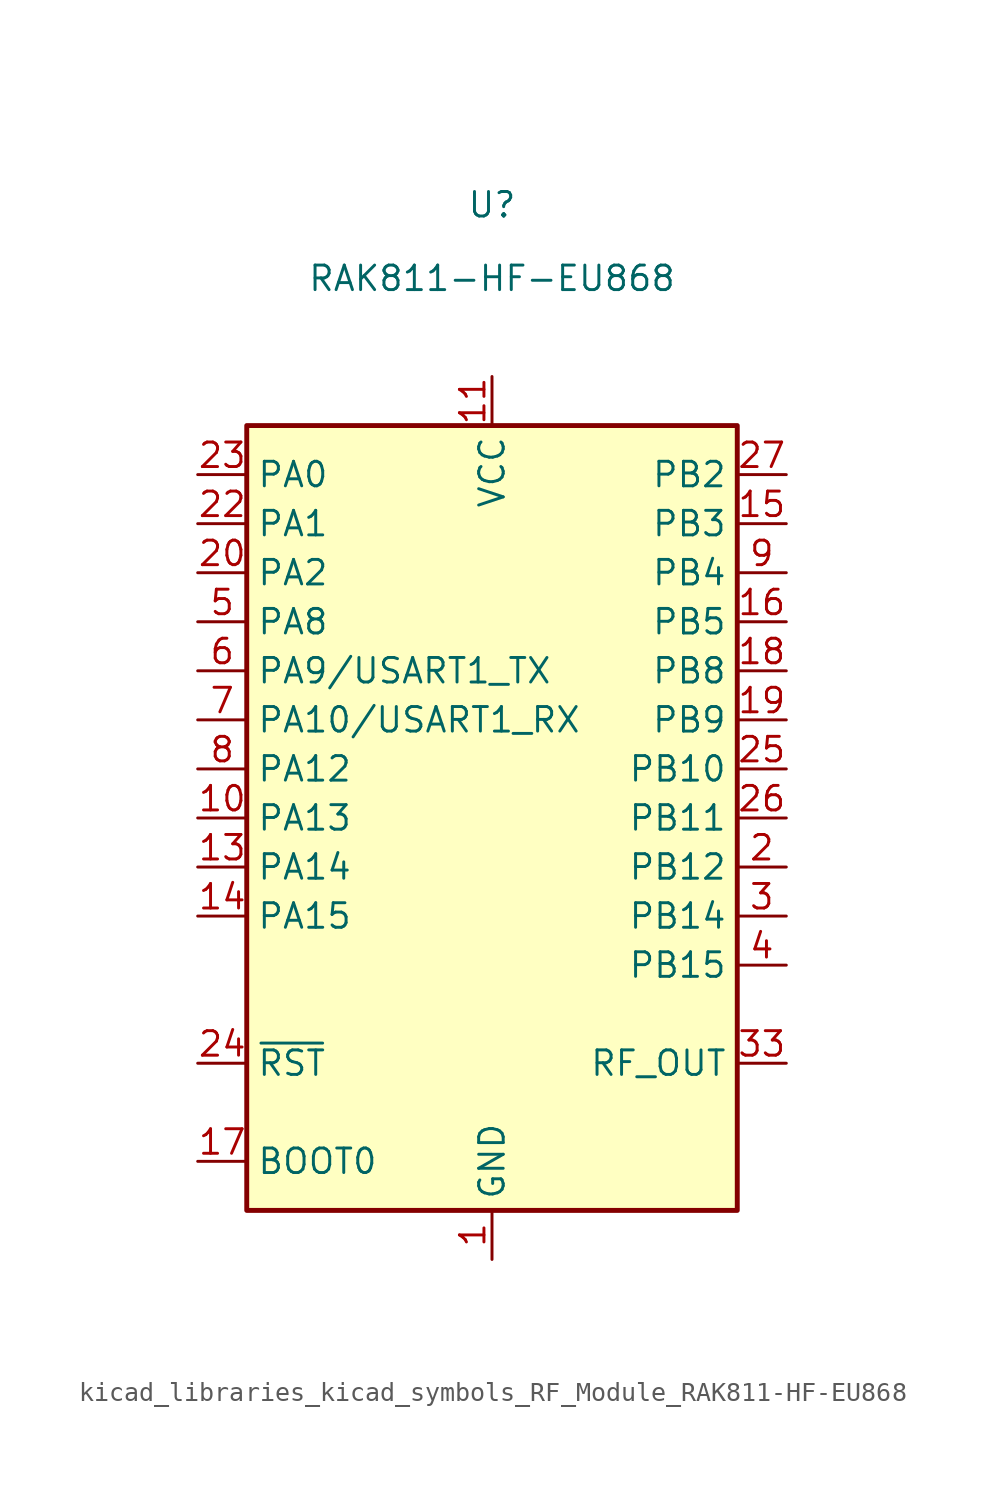
<source format=kicad_sym>
(kicad_symbol_lib
  (version 20220914)
  (generator kicad_symbol_editor)
  (symbol "kicad_libraries_kicad_symbols_RF_Module_RAK811-HF-EU868"
    (property "Reference" "U"
      (at 0 31.75 0)
      (effects (font (size 1.27 1.27))))
    (property "Value" "RAK811-HF-EU868"
      (at 0 27.94 0)
      (effects (font (size 1.27 1.27))))
    (symbol "kicad_libraries_kicad_symbols_RF_Module_RAK811-HF-EU868_0_0"
      (pin power_in line (at 0 -22.86 90) (length 2.54) (name "GND" (effects (font (size 1.27 1.27)))) (number "1" (effects (font (size 1.27 1.27)))))
      (pin bidirectional line (at -15.24 0 0) (length 2.54) (name "PA13" (effects (font (size 1.27 1.27)))) (number "10" (effects (font (size 1.27 1.27)))))
      (pin power_in line (at 0 22.86 270) (length 2.54) (name "VCC" (effects (font (size 1.27 1.27)))) (number "11" (effects (font (size 1.27 1.27)))))
      (pin passive line (at 0 -22.86 90) (length 2.54) hide (name "GND" (effects (font (size 1.27 1.27)))) (number "12" (effects (font (size 1.27 1.27)))))
      (pin bidirectional line (at -15.24 -2.54 0) (length 2.54) (name "PA14" (effects (font (size 1.27 1.27)))) (number "13" (effects (font (size 1.27 1.27)))))
      (pin bidirectional line (at -15.24 -5.08 0) (length 2.54) (name "PA15" (effects (font (size 1.27 1.27)))) (number "14" (effects (font (size 1.27 1.27)))))
      (pin bidirectional line (at 15.24 15.24 180) (length 2.54) (name "PB3" (effects (font (size 1.27 1.27)))) (number "15" (effects (font (size 1.27 1.27)))))
      (pin bidirectional line (at 15.24 10.16 180) (length 2.54) (name "PB5" (effects (font (size 1.27 1.27)))) (number "16" (effects (font (size 1.27 1.27)))))
      (pin input line (at -15.24 -17.78 0) (length 2.54) (name "BOOT0" (effects (font (size 1.27 1.27)))) (number "17" (effects (font (size 1.27 1.27)))))
      (pin bidirectional line (at 15.24 7.62 180) (length 2.54) (name "PB8" (effects (font (size 1.27 1.27)))) (number "18" (effects (font (size 1.27 1.27)))))
      (pin bidirectional line (at 15.24 5.08 180) (length 2.54) (name "PB9" (effects (font (size 1.27 1.27)))) (number "19" (effects (font (size 1.27 1.27)))))
      (pin bidirectional line (at 15.24 -2.54 180) (length 2.54) (name "PB12" (effects (font (size 1.27 1.27)))) (number "2" (effects (font (size 1.27 1.27)))))
      (pin bidirectional line (at -15.24 12.7 0) (length 2.54) (name "PA2" (effects (font (size 1.27 1.27)))) (number "20" (effects (font (size 1.27 1.27)))))
      (pin passive line (at 0 -22.86 90) (length 2.54) hide (name "GND" (effects (font (size 1.27 1.27)))) (number "21" (effects (font (size 1.27 1.27)))))
      (pin bidirectional line (at -15.24 15.24 0) (length 2.54) (name "PA1" (effects (font (size 1.27 1.27)))) (number "22" (effects (font (size 1.27 1.27)))))
      (pin bidirectional line (at -15.24 17.78 0) (length 2.54) (name "PA0" (effects (font (size 1.27 1.27)))) (number "23" (effects (font (size 1.27 1.27)))))
      (pin input line (at -15.24 -12.7 0) (length 2.54) (name "~{RST}" (effects (font (size 1.27 1.27)))) (number "24" (effects (font (size 1.27 1.27)))))
      (pin bidirectional line (at 15.24 2.54 180) (length 2.54) (name "PB10" (effects (font (size 1.27 1.27)))) (number "25" (effects (font (size 1.27 1.27)))))
      (pin bidirectional line (at 15.24 0 180) (length 2.54) (name "PB11" (effects (font (size 1.27 1.27)))) (number "26" (effects (font (size 1.27 1.27)))))
      (pin bidirectional line (at 15.24 17.78 180) (length 2.54) (name "PB2" (effects (font (size 1.27 1.27)))) (number "27" (effects (font (size 1.27 1.27)))))
      (pin passive line (at 0 -22.86 90) (length 2.54) hide (name "GND" (effects (font (size 1.27 1.27)))) (number "28" (effects (font (size 1.27 1.27)))))
      (pin passive line (at 0 -22.86 90) (length 2.54) hide (name "GND" (effects (font (size 1.27 1.27)))) (number "29" (effects (font (size 1.27 1.27)))))
      (pin bidirectional line (at 15.24 -5.08 180) (length 2.54) (name "PB14" (effects (font (size 1.27 1.27)))) (number "3" (effects (font (size 1.27 1.27)))))
      (pin passive line (at 0 -22.86 90) (length 2.54) hide (name "GND" (effects (font (size 1.27 1.27)))) (number "30" (effects (font (size 1.27 1.27)))))
      (pin passive line (at 0 -22.86 90) (length 2.54) hide (name "GND" (effects (font (size 1.27 1.27)))) (number "31" (effects (font (size 1.27 1.27)))))
      (pin passive line (at 0 -22.86 90) (length 2.54) hide (name "GND" (effects (font (size 1.27 1.27)))) (number "32" (effects (font (size 1.27 1.27)))))
      (pin passive line (at 15.24 -12.7 180) (length 2.54) (name "RF_OUT" (effects (font (size 1.27 1.27)))) (number "33" (effects (font (size 1.27 1.27)))))
      (pin passive line (at 0 -22.86 90) (length 2.54) hide (name "GND" (effects (font (size 1.27 1.27)))) (number "34" (effects (font (size 1.27 1.27)))))
      (pin bidirectional line (at 15.24 -7.62 180) (length 2.54) (name "PB15" (effects (font (size 1.27 1.27)))) (number "4" (effects (font (size 1.27 1.27)))))
      (pin bidirectional line (at -15.24 10.16 0) (length 2.54) (name "PA8" (effects (font (size 1.27 1.27)))) (number "5" (effects (font (size 1.27 1.27)))))
      (pin bidirectional line (at -15.24 7.62 0) (length 2.54) (name "PA9/USART1_TX" (effects (font (size 1.27 1.27)))) (number "6" (effects (font (size 1.27 1.27)))))
      (pin bidirectional line (at -15.24 5.08 0) (length 2.54) (name "PA10/USART1_RX" (effects (font (size 1.27 1.27)))) (number "7" (effects (font (size 1.27 1.27)))))
      (pin bidirectional line (at -15.24 2.54 0) (length 2.54) (name "PA12" (effects (font (size 1.27 1.27)))) (number "8" (effects (font (size 1.27 1.27)))))
      (pin bidirectional line (at 15.24 12.7 180) (length 2.54) (name "PB4" (effects (font (size 1.27 1.27)))) (number "9" (effects (font (size 1.27 1.27))))))
    (symbol "kicad_libraries_kicad_symbols_RF_Module_RAK811-HF-EU868_0_1"
      (rectangle (start 12.7 -20.32) (end -12.7 20.32) (stroke (width 0.254) (type default)) (fill (type background))))))
</source>
